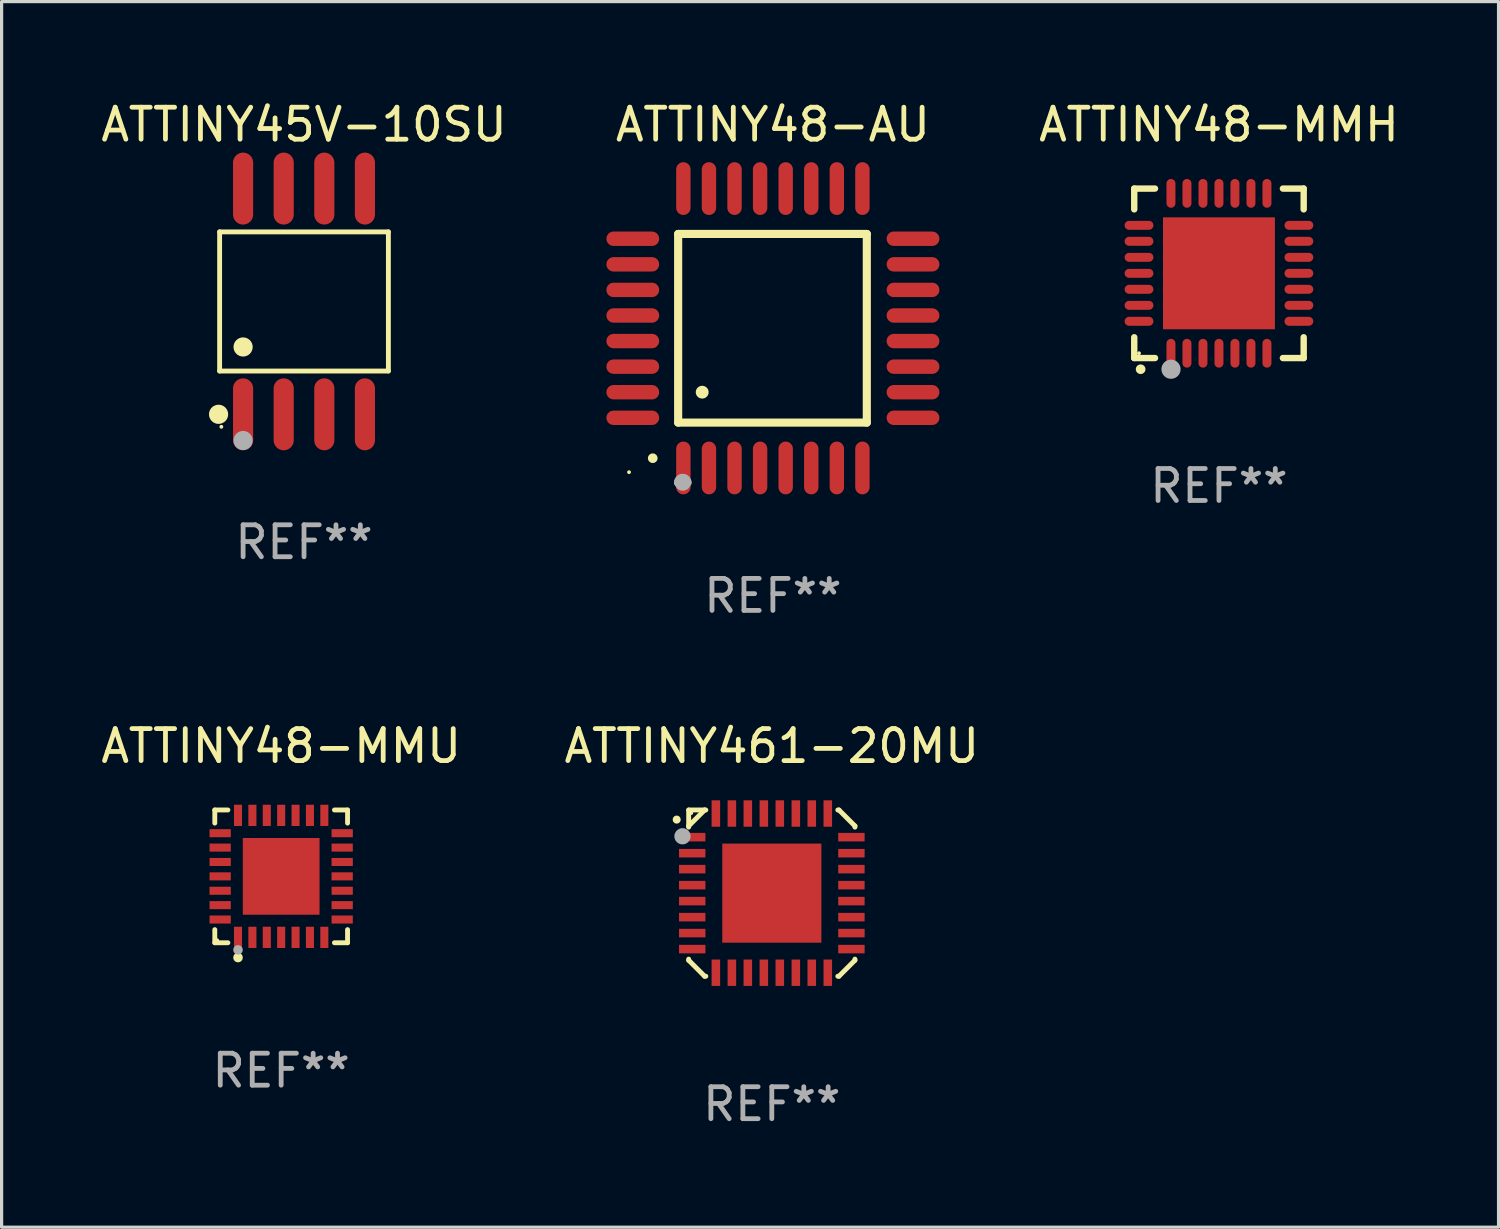
<source format=kicad_pcb>
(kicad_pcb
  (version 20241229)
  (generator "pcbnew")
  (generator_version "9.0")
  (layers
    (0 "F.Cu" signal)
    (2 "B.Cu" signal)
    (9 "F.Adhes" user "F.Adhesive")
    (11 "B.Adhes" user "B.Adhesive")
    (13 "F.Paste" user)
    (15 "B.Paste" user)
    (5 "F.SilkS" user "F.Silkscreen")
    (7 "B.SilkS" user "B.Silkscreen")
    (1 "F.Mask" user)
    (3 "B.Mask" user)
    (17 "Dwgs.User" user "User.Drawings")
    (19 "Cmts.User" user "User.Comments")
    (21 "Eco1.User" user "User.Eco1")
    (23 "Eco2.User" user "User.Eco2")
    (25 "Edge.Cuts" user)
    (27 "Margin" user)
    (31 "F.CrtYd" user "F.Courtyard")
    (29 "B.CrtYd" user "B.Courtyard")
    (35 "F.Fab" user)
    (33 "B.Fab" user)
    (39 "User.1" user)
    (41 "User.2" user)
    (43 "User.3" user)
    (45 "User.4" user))
  (footprint "ATTINY48-AU"
    (layer "F.Cu")
    (at 21.123 7.217)
    (property "Reference" "ATTINY48-AU" (at 0 -6.369 0) (layer "F.SilkS") (effects (font (size 1 1) (thickness 0.15))))
    (attr through_hole)
    (fp_line (start -2.963 -2.95) (end -2.963 2.95) (stroke (width 0.254) (type solid)) (layer "F.SilkS"))
    (fp_line (start -2.963 2.95) (end 2.937 2.95) (stroke (width 0.254) (type solid)) (layer "F.SilkS"))
    (fp_line (start 2.937 -2.95) (end -2.963 -2.95) (stroke (width 0.254) (type solid)) (layer "F.SilkS"))
    (fp_line (start 2.937 2.95) (end 2.937 -2.95) (stroke (width 0.254) (type solid)) (layer "F.SilkS"))
    (fp_arc (start -3.759208 4.064008) (mid -3.757938 4.064003) (end -3.756668 4.064008) (stroke (width 0.3) (type solid)) (layer "F.SilkS"))
    (fp_arc (start -2.212344 1.998984) (mid -2.211074 1.99898) (end -2.209804 1.998984) (stroke (width 0.4) (type solid)) (layer "F.SilkS"))
    (fp_circle (center -4.5 4.5) (end -4.47 4.5) (stroke (width 0.06) (type solid)) (fill no) (layer "F.SilkS"))
    (fp_arc (start -2.967489 4.82601) (mid -2.819406 4.677927) (end -2.671323 4.82601) (stroke (width 0.254001) (type solid)) (layer "F.Fab"))
    (fp_arc (start -2.967488 4.82601) (mid -2.819406 4.791053) (end -2.671324 4.82601) (stroke (width 0.254001) (type solid)) (layer "F.Fab"))
    (fp_circle (center -2.819 4.826) (end -2.692 4.826) (stroke (width 0.254) (type solid)) (fill no) (layer "F.Fab"))
    (fp_text user "REF**" (at 0 8.369 0) (layer "F.Fab") (effects (font (size 1 1) (thickness 0.15))))
    (pad "1" smd oval (at -2.8 4.369) (size 0.45 1.65) (layers "F.Cu" "F.Mask" "F.Paste"))
    (pad "2" smd oval (at -2 4.369) (size 0.45 1.65) (layers "F.Cu" "F.Mask" "F.Paste"))
    (pad "3" smd oval (at -1.2 4.369) (size 0.45 1.65) (layers "F.Cu" "F.Mask" "F.Paste"))
    (pad "4" smd oval (at -0.4 4.369) (size 0.45 1.65) (layers "F.Cu" "F.Mask" "F.Paste"))
    (pad "5" smd oval (at 0.4 4.369) (size 0.45 1.65) (layers "F.Cu" "F.Mask" "F.Paste"))
    (pad "6" smd oval (at 1.2 4.369) (size 0.45 1.65) (layers "F.Cu" "F.Mask" "F.Paste"))
    (pad "7" smd oval (at 2 4.369) (size 0.45 1.65) (layers "F.Cu" "F.Mask" "F.Paste"))
    (pad "8" smd oval (at 2.8 4.369) (size 0.45 1.65) (layers "F.Cu" "F.Mask" "F.Paste"))
    (pad "9" smd oval (at 4.382 2.8) (size 1.65 0.45) (layers "F.Cu" "F.Mask" "F.Paste"))
    (pad "10" smd oval (at 4.382 2) (size 1.65 0.45) (layers "F.Cu" "F.Mask" "F.Paste"))
    (pad "11" smd oval (at 4.382 1.2) (size 1.65 0.45) (layers "F.Cu" "F.Mask" "F.Paste"))
    (pad "12" smd oval (at 4.382 0.4) (size 1.65 0.45) (layers "F.Cu" "F.Mask" "F.Paste"))
    (pad "13" smd oval (at 4.382 -0.4) (size 1.65 0.45) (layers "F.Cu" "F.Mask" "F.Paste"))
    (pad "14" smd oval (at 4.382 -1.2) (size 1.65 0.45) (layers "F.Cu" "F.Mask" "F.Paste"))
    (pad "15" smd oval (at 4.382 -2) (size 1.65 0.45) (layers "F.Cu" "F.Mask" "F.Paste"))
    (pad "16" smd oval (at 4.382 -2.8) (size 1.65 0.45) (layers "F.Cu" "F.Mask" "F.Paste"))
    (pad "17" smd oval (at 2.8 -4.369) (size 0.45 1.65) (layers "F.Cu" "F.Mask" "F.Paste"))
    (pad "18" smd oval (at 2 -4.369) (size 0.45 1.65) (layers "F.Cu" "F.Mask" "F.Paste"))
    (pad "19" smd oval (at 1.2 -4.369) (size 0.45 1.65) (layers "F.Cu" "F.Mask" "F.Paste"))
    (pad "20" smd oval (at 0.4 -4.369) (size 0.45 1.65) (layers "F.Cu" "F.Mask" "F.Paste"))
    (pad "21" smd oval (at -0.4 -4.369) (size 0.45 1.65) (layers "F.Cu" "F.Mask" "F.Paste"))
    (pad "22" smd oval (at -1.2 -4.369) (size 0.45 1.65) (layers "F.Cu" "F.Mask" "F.Paste"))
    (pad "23" smd oval (at -2 -4.369) (size 0.45 1.65) (layers "F.Cu" "F.Mask" "F.Paste"))
    (pad "24" smd oval (at -2.8 -4.369) (size 0.45 1.65) (layers "F.Cu" "F.Mask" "F.Paste"))
    (pad "25" smd oval (at -4.382 -2.8) (size 1.65 0.45) (layers "F.Cu" "F.Mask" "F.Paste"))
    (pad "26" smd oval (at -4.382 -2) (size 1.65 0.45) (layers "F.Cu" "F.Mask" "F.Paste"))
    (pad "27" smd oval (at -4.382 -1.2) (size 1.65 0.45) (layers "F.Cu" "F.Mask" "F.Paste"))
    (pad "28" smd oval (at -4.382 -0.4) (size 1.65 0.45) (layers "F.Cu" "F.Mask" "F.Paste"))
    (pad "29" smd oval (at -4.382 0.4) (size 1.65 0.45) (layers "F.Cu" "F.Mask" "F.Paste"))
    (pad "30" smd oval (at -4.382 1.2) (size 1.65 0.45) (layers "F.Cu" "F.Mask" "F.Paste"))
    (pad "31" smd oval (at -4.382 2) (size 1.65 0.45) (layers "F.Cu" "F.Mask" "F.Paste"))
    (pad "32" smd oval (at -4.382 2.8) (size 1.65 0.45) (layers "F.Cu" "F.Mask" "F.Paste")))
  (footprint "ATTINY48-MMU"
    (layer "F.Cu")
    (at 5.744 24.359)
    (property "Reference" "ATTINY48-MMU" (at 0 -4.076 0) (layer "F.SilkS") (effects (font (size 1 1) (thickness 0.15))))
    (attr through_hole)
    (fp_line (start -2.076 -2.076) (end -1.666 -2.076) (stroke (width 0.152) (type solid)) (layer "F.SilkS"))
    (fp_line (start -2.076 -1.666) (end -2.076 -2.076) (stroke (width 0.152) (type solid)) (layer "F.SilkS"))
    (fp_line (start -2.076 1.666) (end -2.076 2.076) (stroke (width 0.152) (type solid)) (layer "F.SilkS"))
    (fp_line (start -2.076 2.076) (end -1.666 2.076) (stroke (width 0.152) (type solid)) (layer "F.SilkS"))
    (fp_line (start 2.076 -2.076) (end 1.666 -2.076) (stroke (width 0.152) (type solid)) (layer "F.SilkS"))
    (fp_line (start 2.076 -1.666) (end 2.076 -2.076) (stroke (width 0.152) (type solid)) (layer "F.SilkS"))
    (fp_line (start 2.076 1.666) (end 2.076 2.076) (stroke (width 0.152) (type solid)) (layer "F.SilkS"))
    (fp_line (start 2.076 2.076) (end 1.666 2.076) (stroke (width 0.152) (type solid)) (layer "F.SilkS"))
    (fp_circle (center -2 2) (end -1.97 2) (stroke (width 0.06) (type solid)) (fill no) (layer "F.SilkS"))
    (fp_circle (center -1.35 2.54) (end -1.275 2.54) (stroke (width 0.15) (type solid)) (fill no) (layer "F.SilkS"))
    (fp_circle (center -1.35 2.3) (end -1.275 2.3) (stroke (width 0.15) (type solid)) (fill no) (layer "F.Fab"))
    (fp_text user "REF**" (at 0 6.076 0) (layer "F.Fab") (effects (font (size 1 1) (thickness 0.15))))
    (pad "1" smd rect (at -1.35 1.908) (size 0.252 0.665) (layers "F.Cu" "F.Mask" "F.Paste"))
    (pad "2" smd rect (at -0.9 1.908) (size 0.252 0.665) (layers "F.Cu" "F.Mask" "F.Paste"))
    (pad "3" smd rect (at -0.45 1.908) (size 0.252 0.665) (layers "F.Cu" "F.Mask" "F.Paste"))
    (pad "4" smd rect (at 0 1.908) (size 0.252 0.665) (layers "F.Cu" "F.Mask" "F.Paste"))
    (pad "5" smd rect (at 0.45 1.908) (size 0.252 0.665) (layers "F.Cu" "F.Mask" "F.Paste"))
    (pad "6" smd rect (at 0.9 1.908) (size 0.252 0.665) (layers "F.Cu" "F.Mask" "F.Paste"))
    (pad "7" smd rect (at 1.35 1.908) (size 0.252 0.665) (layers "F.Cu" "F.Mask" "F.Paste"))
    (pad "8" smd rect (at 1.908 1.35) (size 0.665 0.252) (layers "F.Cu" "F.Mask" "F.Paste"))
    (pad "9" smd rect (at 1.908 0.9) (size 0.665 0.252) (layers "F.Cu" "F.Mask" "F.Paste"))
    (pad "10" smd rect (at 1.908 0.45) (size 0.665 0.252) (layers "F.Cu" "F.Mask" "F.Paste"))
    (pad "11" smd rect (at 1.908 0) (size 0.665 0.252) (layers "F.Cu" "F.Mask" "F.Paste"))
    (pad "12" smd rect (at 1.908 -0.45) (size 0.665 0.252) (layers "F.Cu" "F.Mask" "F.Paste"))
    (pad "13" smd rect (at 1.908 -0.9) (size 0.665 0.252) (layers "F.Cu" "F.Mask" "F.Paste"))
    (pad "14" smd rect (at 1.908 -1.35) (size 0.665 0.252) (layers "F.Cu" "F.Mask" "F.Paste"))
    (pad "15" smd rect (at 1.35 -1.908) (size 0.252 0.665) (layers "F.Cu" "F.Mask" "F.Paste"))
    (pad "16" smd rect (at 0.9 -1.908) (size 0.252 0.665) (layers "F.Cu" "F.Mask" "F.Paste"))
    (pad "17" smd rect (at 0.45 -1.908) (size 0.252 0.665) (layers "F.Cu" "F.Mask" "F.Paste"))
    (pad "18" smd rect (at 0 -1.908) (size 0.252 0.665) (layers "F.Cu" "F.Mask" "F.Paste"))
    (pad "19" smd rect (at -0.45 -1.908) (size 0.252 0.665) (layers "F.Cu" "F.Mask" "F.Paste"))
    (pad "20" smd rect (at -0.9 -1.908) (size 0.252 0.665) (layers "F.Cu" "F.Mask" "F.Paste"))
    (pad "21" smd rect (at -1.35 -1.908) (size 0.252 0.665) (layers "F.Cu" "F.Mask" "F.Paste"))
    (pad "22" smd rect (at -1.908 -1.35) (size 0.665 0.252) (layers "F.Cu" "F.Mask" "F.Paste"))
    (pad "23" smd rect (at -1.908 -0.9) (size 0.665 0.252) (layers "F.Cu" "F.Mask" "F.Paste"))
    (pad "24" smd rect (at -1.908 -0.45) (size 0.665 0.252) (layers "F.Cu" "F.Mask" "F.Paste"))
    (pad "25" smd rect (at -1.908 0) (size 0.665 0.252) (layers "F.Cu" "F.Mask" "F.Paste"))
    (pad "26" smd rect (at -1.908 0.45) (size 0.665 0.252) (layers "F.Cu" "F.Mask" "F.Paste"))
    (pad "27" smd rect (at -1.908 0.9) (size 0.665 0.252) (layers "F.Cu" "F.Mask" "F.Paste"))
    (pad "28" smd rect (at -1.908 1.35) (size 0.665 0.252) (layers "F.Cu" "F.Mask" "F.Paste"))
    (pad "29" smd rect (at 0 0) (size 2.4 2.4) (layers "F.Cu" "F.Mask" "F.Paste")))
  (footprint "ATTINY48-MMH"
    (layer "F.Cu")
    (at 35.074 5.498)
    (property "Reference" "ATTINY48-MMH" (at 0 -4.65 0) (layer "F.SilkS") (effects (font (size 1 1) (thickness 0.15))))
    (attr through_hole)
    (fp_line (start -2.65 -2.65) (end -2.65 -2) (stroke (width 0.2) (type solid)) (layer "F.SilkS"))
    (fp_line (start -2.65 2.65) (end -2.65 2) (stroke (width 0.2) (type solid)) (layer "F.SilkS"))
    (fp_line (start -2 -2.65) (end -2.65 -2.65) (stroke (width 0.2) (type solid)) (layer "F.SilkS"))
    (fp_line (start -2 2.65) (end -2.65 2.65) (stroke (width 0.2) (type solid)) (layer "F.SilkS"))
    (fp_line (start 2 2.65) (end 2.65 2.65) (stroke (width 0.2) (type solid)) (layer "F.SilkS"))
    (fp_line (start 2.65 -2.65) (end 2 -2.65) (stroke (width 0.2) (type solid)) (layer "F.SilkS"))
    (fp_line (start 2.65 -2) (end 2.65 -2.65) (stroke (width 0.2) (type solid)) (layer "F.SilkS"))
    (fp_line (start 2.65 2.65) (end 2.65 2) (stroke (width 0.2) (type solid)) (layer "F.SilkS"))
    (fp_arc (start -2.451105 2.999746) (mid -2.449835 2.999741) (end -2.448565 2.999746) (stroke (width 0.3) (type solid)) (layer "F.SilkS"))
    (fp_circle (center -2.5 2.5) (end -2.47 2.5) (stroke (width 0.06) (type solid)) (fill no) (layer "F.SilkS"))
    (fp_circle (center -1.5 3) (end -1.35 3) (stroke (width 0.3) (type solid)) (fill no) (layer "F.Fab"))
    (fp_text user "REF**" (at 0 6.65 0) (layer "F.Fab") (effects (font (size 1 1) (thickness 0.15))))
    (pad "1" smd oval (at -1.501 2.5 180) (size 0.28 0.9) (layers "F.Cu" "F.Mask" "F.Paste"))
    (pad "2" smd oval (at -1.001 2.5 180) (size 0.28 0.9) (layers "F.Cu" "F.Mask" "F.Paste"))
    (pad "3" smd oval (at -0.5 2.5 180) (size 0.28 0.9) (layers "F.Cu" "F.Mask" "F.Paste"))
    (pad "4" smd oval (at 0.000076 2.5 180) (size 0.28 0.9) (layers "F.Cu" "F.Mask" "F.Paste"))
    (pad "5" smd oval (at 0.5 2.5 180) (size 0.28 0.9) (layers "F.Cu" "F.Mask" "F.Paste"))
    (pad "6" smd oval (at 1.001 2.5 180) (size 0.28 0.9) (layers "F.Cu" "F.Mask" "F.Paste"))
    (pad "7" smd oval (at 1.501 2.5 180) (size 0.28 0.9) (layers "F.Cu" "F.Mask" "F.Paste"))
    (pad "8" smd oval (at 2.5 1.501 90) (size 0.28 0.9) (layers "F.Cu" "F.Mask" "F.Paste"))
    (pad "9" smd oval (at 2.5 1.001 90) (size 0.28 0.9) (layers "F.Cu" "F.Mask" "F.Paste"))
    (pad "10" smd oval (at 2.5 0.5 90) (size 0.28 0.9) (layers "F.Cu" "F.Mask" "F.Paste"))
    (pad "11" smd oval (at 2.5 0.000076 90) (size 0.28 0.9) (layers "F.Cu" "F.Mask" "F.Paste"))
    (pad "12" smd oval (at 2.5 -0.5 90) (size 0.28 0.9) (layers "F.Cu" "F.Mask" "F.Paste"))
    (pad "13" smd oval (at 2.5 -1.001 90) (size 0.28 0.9) (layers "F.Cu" "F.Mask" "F.Paste"))
    (pad "14" smd oval (at 2.5 -1.501 90) (size 0.28 0.9) (layers "F.Cu" "F.Mask" "F.Paste"))
    (pad "15" smd oval (at 1.501 -2.5 180) (size 0.28 0.9) (layers "F.Cu" "F.Mask" "F.Paste"))
    (pad "16" smd oval (at 1.001 -2.5 180) (size 0.28 0.9) (layers "F.Cu" "F.Mask" "F.Paste"))
    (pad "17" smd oval (at 0.5 -2.5 180) (size 0.28 0.9) (layers "F.Cu" "F.Mask" "F.Paste"))
    (pad "18" smd oval (at 0.000076 -2.5 180) (size 0.28 0.9) (layers "F.Cu" "F.Mask" "F.Paste"))
    (pad "19" smd oval (at -0.5 -2.5 180) (size 0.28 0.9) (layers "F.Cu" "F.Mask" "F.Paste"))
    (pad "20" smd oval (at -1.001 -2.5 180) (size 0.28 0.9) (layers "F.Cu" "F.Mask" "F.Paste"))
    (pad "21" smd oval (at -1.501 -2.5 180) (size 0.28 0.9) (layers "F.Cu" "F.Mask" "F.Paste"))
    (pad "22" smd oval (at -2.5 -1.501 90) (size 0.28 0.9) (layers "F.Cu" "F.Mask" "F.Paste"))
    (pad "23" smd oval (at -2.5 -1.001 90) (size 0.28 0.9) (layers "F.Cu" "F.Mask" "F.Paste"))
    (pad "24" smd oval (at -2.5 -0.5 90) (size 0.28 0.9) (layers "F.Cu" "F.Mask" "F.Paste"))
    (pad "25" smd oval (at -2.5 0.000076 90) (size 0.28 0.9) (layers "F.Cu" "F.Mask" "F.Paste"))
    (pad "26" smd oval (at -2.5 0.5 90) (size 0.28 0.9) (layers "F.Cu" "F.Mask" "F.Paste"))
    (pad "27" smd oval (at -2.5 1.001 90) (size 0.28 0.9) (layers "F.Cu" "F.Mask" "F.Paste"))
    (pad "28" smd oval (at -2.5 1.501 90) (size 0.28 0.9) (layers "F.Cu" "F.Mask" "F.Paste"))
    (pad "29" smd rect (at 0.000076 0.000076 90) (size 3.5 3.5) (layers "F.Cu" "F.Mask" "F.Paste")))
  (footprint "ATTINY45V-10SU"
    (layer "F.Cu")
    (at 6.458 6.378)
    (property "Reference" "ATTINY45V-10SU" (at 0 -5.53 0) (layer "F.SilkS") (effects (font (size 1 1) (thickness 0.15))))
    (attr through_hole)
    (fp_line (start -2.639 -2.176) (end 2.639 -2.176) (stroke (width 0.152) (type solid)) (layer "F.SilkS"))
    (fp_line (start -2.639 2.176) (end -2.639 -2.176) (stroke (width 0.152) (type solid)) (layer "F.SilkS"))
    (fp_line (start 2.639 -2.176) (end 2.639 2.176) (stroke (width 0.152) (type solid)) (layer "F.SilkS"))
    (fp_line (start 2.639 2.176) (end -2.639 2.176) (stroke (width 0.152) (type solid)) (layer "F.SilkS"))
    (fp_circle (center -2.672 3.53) (end -2.522 3.53) (stroke (width 0.3) (type solid)) (fill no) (layer "F.SilkS"))
    (fp_circle (center -2.585 3.92) (end -2.555 3.92) (stroke (width 0.06) (type solid)) (fill no) (layer "F.SilkS"))
    (fp_circle (center -1.905 1.424) (end -1.755 1.424) (stroke (width 0.3) (type solid)) (fill no) (layer "F.SilkS"))
    (fp_circle (center -1.905 4.35) (end -1.755 4.35) (stroke (width 0.3) (type solid)) (fill no) (layer "F.Fab"))
    (fp_text user "REF**" (at 0 7.53 0) (layer "F.Fab") (effects (font (size 1 1) (thickness 0.15))))
    (pad "1" smd oval (at -1.905 3.53) (size 0.63 2.25) (layers "F.Cu" "F.Mask" "F.Paste"))
    (pad "2" smd oval (at -0.635 3.53) (size 0.63 2.25) (layers "F.Cu" "F.Mask" "F.Paste"))
    (pad "3" smd oval (at 0.635 3.53) (size 0.63 2.25) (layers "F.Cu" "F.Mask" "F.Paste"))
    (pad "4" smd oval (at 1.905 3.53) (size 0.63 2.25) (layers "F.Cu" "F.Mask" "F.Paste"))
    (pad "5" smd oval (at 1.905 -3.53) (size 0.63 2.25) (layers "F.Cu" "F.Mask" "F.Paste"))
    (pad "6" smd oval (at 0.635 -3.53) (size 0.63 2.25) (layers "F.Cu" "F.Mask" "F.Paste"))
    (pad "7" smd oval (at -0.635 -3.53) (size 0.63 2.25) (layers "F.Cu" "F.Mask" "F.Paste"))
    (pad "8" smd oval (at -1.905 -3.53) (size 0.63 2.25) (layers "F.Cu" "F.Mask" "F.Paste")))
  (footprint "ATTINY461-20MU"
    (layer "F.Cu")
    (at 21.089 24.883)
    (property "Reference" "ATTINY461-20MU" (at 0 -4.6 0) (layer "F.SilkS") (effects (font (size 1 1) (thickness 0.15))))
    (attr through_hole)
    (fp_line (start -2.6 -2.6) (end -2.6 -2.1) (stroke (width 0.152) (type solid)) (layer "F.SilkS"))
    (fp_line (start -2.6 -2.1) (end -2.6 -2.063) (stroke (width 0.152) (type solid)) (layer "F.SilkS"))
    (fp_line (start -2.6 2.064) (end -2.6 2.1) (stroke (width 0.152) (type solid)) (layer "F.SilkS"))
    (fp_line (start -2.6 2.1) (end -2.1 2.6) (stroke (width 0.152) (type solid)) (layer "F.SilkS"))
    (fp_line (start -2.1 -2.6) (end -2.6 -2.6) (stroke (width 0.152) (type solid)) (layer "F.SilkS"))
    (fp_line (start -2.1 -2.6) (end -2.6 -2.1) (stroke (width 0.152) (type solid)) (layer "F.SilkS"))
    (fp_line (start -2.1 2.6) (end -2.063 2.6) (stroke (width 0.152) (type solid)) (layer "F.SilkS"))
    (fp_line (start -2.063 -2.6) (end -2.1 -2.6) (stroke (width 0.152) (type solid)) (layer "F.SilkS"))
    (fp_line (start 2.064 2.6) (end 2.1 2.6) (stroke (width 0.152) (type solid)) (layer "F.SilkS"))
    (fp_line (start 2.1 -2.6) (end 2.064 -2.6) (stroke (width 0.152) (type solid)) (layer "F.SilkS"))
    (fp_line (start 2.1 2.6) (end 2.6 2.1) (stroke (width 0.152) (type solid)) (layer "F.SilkS"))
    (fp_line (start 2.6 -2.1) (end 2.1 -2.6) (stroke (width 0.152) (type solid)) (layer "F.SilkS"))
    (fp_line (start 2.6 -2.063) (end 2.6 -2.1) (stroke (width 0.152) (type solid)) (layer "F.SilkS"))
    (fp_line (start 2.6 2.1) (end 2.6 2.064) (stroke (width 0.152) (type solid)) (layer "F.SilkS"))
    (fp_arc (start -2.975057 -2.298222) (mid -2.975063 -2.299492) (end -2.975057 -2.300762) (stroke (width 0.24892) (type solid)) (layer "F.SilkS"))
    (fp_circle (center -2.519 -2.504) (end -2.489 -2.504) (stroke (width 0.06) (type solid)) (fill no) (layer "F.SilkS"))
    (fp_circle (center -2.794 -1.778) (end -2.667 -1.778) (stroke (width 0.254) (type solid)) (fill no) (layer "F.Fab"))
    (fp_text user "REF**" (at 0 6.6 0) (layer "F.Fab") (effects (font (size 1 1) (thickness 0.15))))
    (pad "1" smd rect (at -2.489 -1.75 90) (size 0.267 0.826) (layers "F.Cu" "F.Mask" "F.Paste"))
    (pad "2" smd rect (at -2.489 -1.249 90) (size 0.267 0.826) (layers "F.Cu" "F.Mask" "F.Paste"))
    (pad "3" smd rect (at -2.489 -0.75 90) (size 0.267 0.826) (layers "F.Cu" "F.Mask" "F.Paste"))
    (pad "4" smd rect (at -2.489 -0.249 90) (size 0.267 0.826) (layers "F.Cu" "F.Mask" "F.Paste"))
    (pad "5" smd rect (at -2.489 0.25 90) (size 0.267 0.826) (layers "F.Cu" "F.Mask" "F.Paste"))
    (pad "6" smd rect (at -2.489 0.751 90) (size 0.267 0.826) (layers "F.Cu" "F.Mask" "F.Paste"))
    (pad "7" smd rect (at -2.489 1.25 90) (size 0.267 0.826) (layers "F.Cu" "F.Mask" "F.Paste"))
    (pad "8" smd rect (at -2.489 1.751 90) (size 0.267 0.826) (layers "F.Cu" "F.Mask" "F.Paste"))
    (pad "9" smd rect (at -1.75 2.49) (size 0.267 0.826) (layers "F.Cu" "F.Mask" "F.Paste"))
    (pad "10" smd rect (at -1.249 2.49) (size 0.267 0.826) (layers "F.Cu" "F.Mask" "F.Paste"))
    (pad "11" smd rect (at -0.75 2.49) (size 0.267 0.826) (layers "F.Cu" "F.Mask" "F.Paste"))
    (pad "12" smd rect (at -0.249 2.49) (size 0.267 0.826) (layers "F.Cu" "F.Mask" "F.Paste"))
    (pad "13" smd rect (at 0.25 2.49) (size 0.267 0.826) (layers "F.Cu" "F.Mask" "F.Paste"))
    (pad "14" smd rect (at 0.751 2.49) (size 0.267 0.826) (layers "F.Cu" "F.Mask" "F.Paste"))
    (pad "15" smd rect (at 1.25 2.49) (size 0.267 0.826) (layers "F.Cu" "F.Mask" "F.Paste"))
    (pad "16" smd rect (at 1.751 2.49) (size 0.267 0.826) (layers "F.Cu" "F.Mask" "F.Paste"))
    (pad "17" smd rect (at 2.49 1.751 90) (size 0.267 0.826) (layers "F.Cu" "F.Mask" "F.Paste"))
    (pad "18" smd rect (at 2.49 1.25 90) (size 0.267 0.826) (layers "F.Cu" "F.Mask" "F.Paste"))
    (pad "19" smd rect (at 2.49 0.751 90) (size 0.267 0.826) (layers "F.Cu" "F.Mask" "F.Paste"))
    (pad "20" smd rect (at 2.49 0.25 90) (size 0.267 0.826) (layers "F.Cu" "F.Mask" "F.Paste"))
    (pad "21" smd rect (at 2.49 -0.249 90) (size 0.267 0.826) (layers "F.Cu" "F.Mask" "F.Paste"))
    (pad "22" smd rect (at 2.49 -0.75 90) (size 0.267 0.826) (layers "F.Cu" "F.Mask" "F.Paste"))
    (pad "23" smd rect (at 2.49 -1.249 90) (size 0.267 0.826) (layers "F.Cu" "F.Mask" "F.Paste"))
    (pad "24" smd rect (at 2.49 -1.75 90) (size 0.267 0.826) (layers "F.Cu" "F.Mask" "F.Paste"))
    (pad "25" smd rect (at 1.751 -2.489) (size 0.267 0.826) (layers "F.Cu" "F.Mask" "F.Paste"))
    (pad "26" smd rect (at 1.25 -2.489) (size 0.267 0.826) (layers "F.Cu" "F.Mask" "F.Paste"))
    (pad "27" smd rect (at 0.751 -2.489) (size 0.267 0.826) (layers "F.Cu" "F.Mask" "F.Paste"))
    (pad "28" smd rect (at 0.25 -2.489) (size 0.267 0.826) (layers "F.Cu" "F.Mask" "F.Paste"))
    (pad "29" smd rect (at -0.249 -2.489) (size 0.267 0.826) (layers "F.Cu" "F.Mask" "F.Paste"))
    (pad "30" smd rect (at -0.75 -2.489) (size 0.267 0.826) (layers "F.Cu" "F.Mask" "F.Paste"))
    (pad "31" smd rect (at -1.249 -2.489) (size 0.267 0.826) (layers "F.Cu" "F.Mask" "F.Paste"))
    (pad "32" smd rect (at -1.75 -2.489) (size 0.267 0.826) (layers "F.Cu" "F.Mask" "F.Paste"))
    (pad "33" smd rect (at 0.000483 0.000483) (size 3.1 3.1) (layers "F.Cu" "F.Mask" "F.Paste")))
  (gr_rect
    (start -3 -3)
    (end 43.818 35.332)
    (stroke (width 0.1) (type default))
    (fill no)
    (layer "Edge.Cuts")))
</source>
